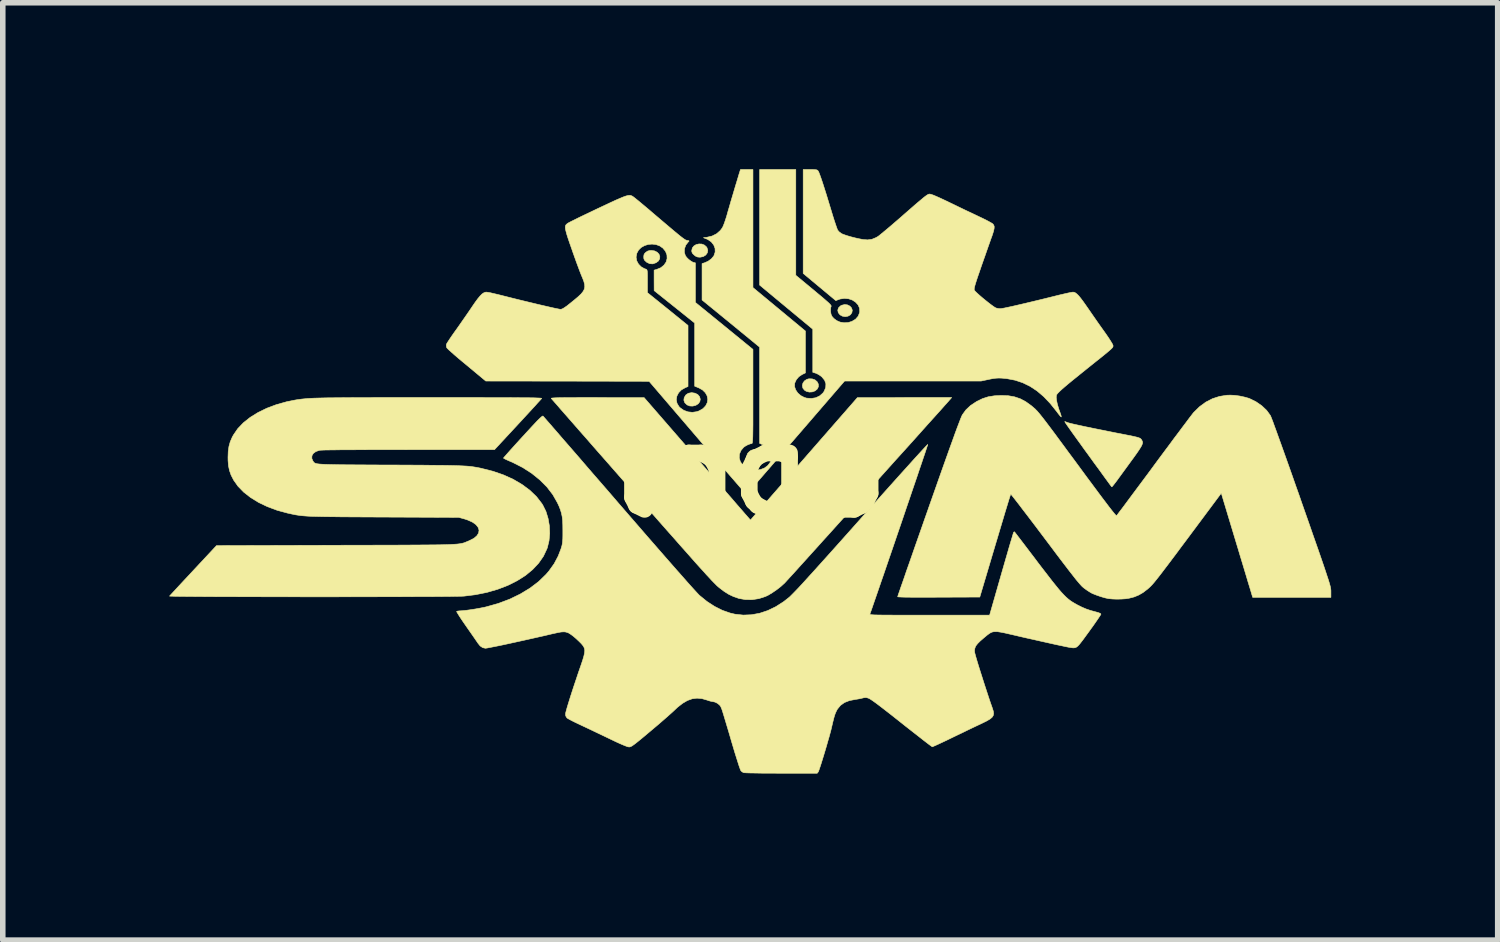
<source format=kicad_pcb>
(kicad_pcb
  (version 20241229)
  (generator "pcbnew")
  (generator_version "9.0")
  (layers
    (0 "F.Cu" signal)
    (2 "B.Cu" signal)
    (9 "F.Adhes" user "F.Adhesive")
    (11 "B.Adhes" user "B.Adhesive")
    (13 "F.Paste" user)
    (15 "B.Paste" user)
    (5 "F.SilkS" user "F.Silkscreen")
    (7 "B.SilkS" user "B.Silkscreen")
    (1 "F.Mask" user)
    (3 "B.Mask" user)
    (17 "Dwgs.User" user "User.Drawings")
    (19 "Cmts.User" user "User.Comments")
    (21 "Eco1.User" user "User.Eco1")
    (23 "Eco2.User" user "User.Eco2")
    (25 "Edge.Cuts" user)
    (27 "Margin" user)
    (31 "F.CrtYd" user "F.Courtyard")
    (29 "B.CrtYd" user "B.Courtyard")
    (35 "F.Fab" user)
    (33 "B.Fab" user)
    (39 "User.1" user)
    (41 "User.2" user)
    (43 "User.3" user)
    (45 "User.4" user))
  (footprint "logo"
    (layer "F.Cu")
    (at 10.45 5.438)
    (property "Reference" "logo" (at 0 0 0) (layer "F.SilkS") (effects (font (size 1.524 1.524) (thickness 0.3))))
    (attr through_hole)
    (fp_poly (pts (xy 1.769 -2.995) (xy 1.812 -2.973) (xy 1.842 -2.94) (xy 1.856 -2.898) (xy 1.848 -2.854) (xy 1.821 -2.816) (xy 1.779 -2.792) (xy 1.728 -2.783) (xy 1.677 -2.792) (xy 1.635 -2.815) (xy 1.603 -2.855) (xy 1.594 -2.899) (xy 1.607 -2.941) (xy 1.641 -2.975) (xy 1.664 -2.988) (xy 1.718 -3.001) (xy 1.769 -2.995)) (stroke (width 0.01) (type solid)) (fill yes) (layer "F.SilkS"))
    (fp_poly (pts (xy 1.132 -1.662) (xy 1.183 -1.644) (xy 1.222 -1.611) (xy 1.244 -1.568) (xy 1.245 -1.52) (xy 1.223 -1.477) (xy 1.184 -1.445) (xy 1.134 -1.427) (xy 1.08 -1.424) (xy 1.027 -1.438) (xy 0.996 -1.457) (xy 0.965 -1.496) (xy 0.956 -1.541) (xy 0.966 -1.585) (xy 0.993 -1.624) (xy 1.036 -1.653) (xy 1.073 -1.663) (xy 1.132 -1.662)) (stroke (width 0.01) (type solid)) (fill yes) (layer "F.SilkS"))
    (fp_poly (pts (xy -0.977 -1.404) (xy -0.928 -1.379) (xy -0.896 -1.341) (xy -0.883 -1.296) (xy -0.891 -1.253) (xy -0.919 -1.214) (xy -0.963 -1.186) (xy -1.016 -1.172) (xy -1.071 -1.173) (xy -1.119 -1.192) (xy -1.12 -1.192) (xy -1.162 -1.232) (xy -1.179 -1.279) (xy -1.172 -1.325) (xy -1.144 -1.371) (xy -1.1 -1.402) (xy -1.044 -1.413) (xy -1.039 -1.414) (xy -0.977 -1.404)) (stroke (width 0.01) (type solid)) (fill yes) (layer "F.SilkS"))
    (fp_poly (pts (xy -0.856 -4.091) (xy -0.809 -4.073) (xy -0.771 -4.039) (xy -0.763 -4.027) (xy -0.748 -3.979) (xy -0.756 -3.933) (xy -0.784 -3.894) (xy -0.828 -3.866) (xy -0.885 -3.854) (xy -0.893 -3.854) (xy -0.933 -3.858) (xy -0.966 -3.872) (xy -0.992 -3.892) (xy -1.022 -3.921) (xy -1.035 -3.949) (xy -1.037 -3.974) (xy -1.026 -4.021) (xy -0.997 -4.057) (xy -0.956 -4.082) (xy -0.907 -4.093) (xy -0.856 -4.091)) (stroke (width 0.01) (type solid)) (fill yes) (layer "F.SilkS"))
    (fp_poly (pts (xy -1.705 -3.967) (xy -1.659 -3.943) (xy -1.627 -3.909) (xy -1.612 -3.868) (xy -1.615 -3.826) (xy -1.637 -3.786) (xy -1.681 -3.754) (xy -1.681 -3.754) (xy -1.739 -3.734) (xy -1.793 -3.737) (xy -1.845 -3.761) (xy -1.856 -3.77) (xy -1.886 -3.798) (xy -1.899 -3.824) (xy -1.902 -3.859) (xy -1.898 -3.897) (xy -1.884 -3.923) (xy -1.863 -3.943) (xy -1.83 -3.965) (xy -1.794 -3.974) (xy -1.764 -3.976) (xy -1.705 -3.967)) (stroke (width 0.01) (type solid)) (fill yes) (layer "F.SilkS"))
    (fp_poly (pts (xy 0.153 -0.384) (xy 0.184 -0.375) (xy 0.215 -0.354) (xy 0.221 -0.349) (xy 0.25 -0.32) (xy 0.264 -0.293) (xy 0.266 -0.265) (xy 0.255 -0.21) (xy 0.223 -0.167) (xy 0.171 -0.139) (xy 0.17 -0.138) (xy 0.135 -0.127) (xy 0.112 -0.124) (xy 0.088 -0.127) (xy 0.062 -0.133) (xy 0.007 -0.156) (xy -0.03 -0.195) (xy -0.04 -0.217) (xy -0.049 -0.269) (xy -0.031 -0.318) (xy 0.002 -0.353) (xy 0.032 -0.374) (xy 0.063 -0.384) (xy 0.108 -0.387) (xy 0.109 -0.387) (xy 0.153 -0.384)) (stroke (width 0.01) (type solid)) (fill yes) (layer "F.SilkS"))
    (fp_poly (pts (xy 5.697 -0.89) (xy 5.72 -0.88) (xy 5.743 -0.872) (xy 5.79 -0.859) (xy 5.858 -0.843) (xy 5.946 -0.824) (xy 6.051 -0.801) (xy 6.172 -0.776) (xy 6.305 -0.749) (xy 6.45 -0.72) (xy 6.603 -0.689) (xy 6.682 -0.674) (xy 6.789 -0.653) (xy 6.872 -0.637) (xy 6.935 -0.623) (xy 6.982 -0.612) (xy 7.015 -0.602) (xy 7.038 -0.593) (xy 7.052 -0.583) (xy 7.063 -0.571) (xy 7.069 -0.562) (xy 7.078 -0.545) (xy 7.084 -0.529) (xy 7.086 -0.51) (xy 7.081 -0.489) (xy 7.07 -0.461) (xy 7.05 -0.426) (xy 7.022 -0.382) (xy 6.984 -0.326) (xy 6.934 -0.256) (xy 6.872 -0.171) (xy 6.827 -0.109) (xy 6.756 -0.012) (xy 6.697 0.069) (xy 6.65 0.133) (xy 6.613 0.184) (xy 6.584 0.222) (xy 6.563 0.249) (xy 6.548 0.267) (xy 6.539 0.278) (xy 6.533 0.283) (xy 6.529 0.283) (xy 6.527 0.281) (xy 6.526 0.28) (xy 6.416 0.13) (xy 6.312 -0.014) (xy 6.212 -0.15) (xy 6.119 -0.279) (xy 6.032 -0.398) (xy 5.954 -0.507) (xy 5.883 -0.605) (xy 5.822 -0.69) (xy 5.771 -0.762) (xy 5.731 -0.819) (xy 5.703 -0.86) (xy 5.687 -0.885) (xy 5.683 -0.891) (xy 5.697 -0.89)) (stroke (width 0.01) (type solid)) (fill yes) (layer "F.SilkS"))
    (fp_poly (pts (xy 3.615 -1.289) (xy 3.596 -1.268) (xy 3.563 -1.23) (xy 3.515 -1.177) (xy 3.456 -1.11) (xy 3.384 -1.03) (xy 3.302 -0.939) (xy 3.21 -0.837) (xy 3.11 -0.725) (xy 3.002 -0.604) (xy 2.887 -0.476) (xy 2.766 -0.342) (xy 2.64 -0.203) (xy 2.511 -0.059) (xy 2.379 0.088) (xy 2.245 0.237) (xy 2.11 0.387) (xy 1.975 0.536) (xy 1.841 0.684) (xy 1.71 0.83) (xy 1.581 0.973) (xy 1.457 1.111) (xy 1.337 1.243) (xy 1.224 1.369) (xy 1.117 1.487) (xy 1.019 1.596) (xy 0.929 1.695) (xy 0.85 1.783) (xy 0.781 1.859) (xy 0.724 1.921) (xy 0.68 1.969) (xy 0.65 2.002) (xy 0.635 2.019) (xy 0.634 2.019) (xy 0.568 2.079) (xy 0.492 2.138) (xy 0.413 2.192) (xy 0.338 2.237) (xy 0.291 2.259) (xy 0.174 2.297) (xy 0.053 2.316) (xy -0.068 2.315) (xy -0.183 2.295) (xy -0.187 2.294) (xy -0.281 2.262) (xy -0.368 2.221) (xy -0.454 2.167) (xy -0.546 2.097) (xy -0.551 2.092) (xy -0.569 2.077) (xy -0.59 2.058) (xy -0.614 2.033) (xy -0.644 2.003) (xy -0.68 1.966) (xy -0.721 1.921) (xy -0.77 1.869) (xy -0.825 1.807) (xy -0.89 1.736) (xy -0.963 1.655) (xy -1.045 1.562) (xy -1.138 1.457) (xy -1.242 1.34) (xy -1.357 1.209) (xy -1.485 1.065) (xy -1.626 0.905) (xy -1.78 0.729) (xy -1.949 0.537) (xy -2.114 0.348) (xy -2.264 0.178) (xy -2.409 0.013) (xy -2.549 -0.147) (xy -2.684 -0.3) (xy -2.812 -0.446) (xy -2.932 -0.584) (xy -3.045 -0.712) (xy -3.149 -0.831) (xy -3.243 -0.938) (xy -3.327 -1.034) (xy -3.4 -1.117) (xy -3.46 -1.187) (xy -3.508 -1.241) (xy -3.543 -1.281) (xy -3.563 -1.304) (xy -3.568 -1.31) (xy -3.567 -1.313) (xy -3.556 -1.316) (xy -3.536 -1.318) (xy -3.503 -1.32) (xy -3.456 -1.322) (xy -3.394 -1.323) (xy -3.314 -1.324) (xy -3.215 -1.324) (xy -3.095 -1.325) (xy -2.953 -1.325) (xy -2.786 -1.325) (xy -2.737 -1.325) (xy -1.895 -1.324) (xy -1.017 -0.313) (xy -0.9 -0.178) (xy -0.786 -0.047) (xy -0.676 0.08) (xy -0.572 0.2) (xy -0.474 0.313) (xy -0.383 0.417) (xy -0.301 0.511) (xy -0.23 0.594) (xy -0.169 0.664) (xy -0.12 0.72) (xy -0.084 0.762) (xy -0.062 0.787) (xy -0.059 0.79) (xy 0.021 0.882) (xy 1.948 -1.324) (xy 2.797 -1.325) (xy 3.646 -1.325) (xy 3.615 -1.289)) (stroke (width 0.01) (type solid)) (fill yes) (layer "F.SilkS"))
    (fp_poly (pts (xy 8.745 -1.365) (xy 8.834 -1.353) (xy 8.922 -1.334) (xy 8.997 -1.313) (xy 9.013 -1.307) (xy 9.129 -1.25) (xy 9.233 -1.178) (xy 9.321 -1.095) (xy 9.388 -1.003) (xy 9.39 -0.999) (xy 9.398 -0.981) (xy 9.413 -0.943) (xy 9.435 -0.886) (xy 9.462 -0.811) (xy 9.495 -0.721) (xy 9.533 -0.615) (xy 9.576 -0.496) (xy 9.623 -0.365) (xy 9.674 -0.222) (xy 9.728 -0.07) (xy 9.785 0.091) (xy 9.844 0.26) (xy 9.906 0.434) (xy 9.953 0.57) (xy 10.026 0.778) (xy 10.092 0.966) (xy 10.151 1.136) (xy 10.204 1.287) (xy 10.251 1.421) (xy 10.292 1.54) (xy 10.328 1.644) (xy 10.359 1.735) (xy 10.385 1.813) (xy 10.407 1.88) (xy 10.426 1.937) (xy 10.441 1.984) (xy 10.453 2.024) (xy 10.462 2.056) (xy 10.469 2.083) (xy 10.473 2.105) (xy 10.476 2.123) (xy 10.478 2.139) (xy 10.479 2.153) (xy 10.479 2.167) (xy 10.479 2.174) (xy 10.479 2.275) (xy 9.07 2.275) (xy 9.061 2.245) (xy 9.056 2.229) (xy 9.046 2.195) (xy 9.03 2.141) (xy 9.009 2.072) (xy 8.983 1.987) (xy 8.954 1.889) (xy 8.921 1.78) (xy 8.885 1.66) (xy 8.846 1.532) (xy 8.806 1.398) (xy 8.778 1.306) (xy 8.504 0.397) (xy 7.893 1.217) (xy 7.785 1.361) (xy 7.691 1.488) (xy 7.608 1.598) (xy 7.536 1.694) (xy 7.474 1.775) (xy 7.421 1.845) (xy 7.376 1.903) (xy 7.337 1.952) (xy 7.305 1.992) (xy 7.277 2.025) (xy 7.253 2.052) (xy 7.231 2.075) (xy 7.211 2.094) (xy 7.192 2.111) (xy 7.175 2.126) (xy 7.094 2.188) (xy 7.016 2.233) (xy 6.934 2.267) (xy 6.84 2.291) (xy 6.781 2.3) (xy 6.706 2.305) (xy 6.624 2.307) (xy 6.544 2.304) (xy 6.478 2.298) (xy 6.47 2.297) (xy 6.407 2.283) (xy 6.332 2.261) (xy 6.257 2.235) (xy 6.191 2.209) (xy 6.175 2.202) (xy 6.135 2.179) (xy 6.085 2.147) (xy 6.037 2.112) (xy 6.03 2.107) (xy 6.014 2.094) (xy 5.996 2.078) (xy 5.976 2.057) (xy 5.953 2.031) (xy 5.925 1.998) (xy 5.891 1.958) (xy 5.852 1.908) (xy 5.805 1.848) (xy 5.749 1.776) (xy 5.684 1.691) (xy 5.609 1.593) (xy 5.523 1.479) (xy 5.425 1.348) (xy 5.332 1.225) (xy 5.241 1.104) (xy 5.153 0.987) (xy 5.07 0.878) (xy 4.993 0.777) (xy 4.923 0.686) (xy 4.862 0.605) (xy 4.809 0.537) (xy 4.767 0.483) (xy 4.735 0.443) (xy 4.716 0.42) (xy 4.71 0.414) (xy 4.706 0.425) (xy 4.696 0.457) (xy 4.68 0.506) (xy 4.66 0.572) (xy 4.635 0.654) (xy 4.606 0.749) (xy 4.574 0.857) (xy 4.539 0.974) (xy 4.501 1.101) (xy 4.461 1.235) (xy 4.428 1.345) (xy 4.153 2.269) (xy 3.413 2.272) (xy 3.241 2.273) (xy 3.095 2.273) (xy 2.972 2.273) (xy 2.873 2.272) (xy 2.795 2.271) (xy 2.737 2.269) (xy 2.698 2.267) (xy 2.678 2.265) (xy 2.673 2.263) (xy 2.677 2.251) (xy 2.687 2.219) (xy 2.705 2.168) (xy 2.728 2.1) (xy 2.758 2.015) (xy 2.793 1.915) (xy 2.832 1.8) (xy 2.877 1.673) (xy 2.926 1.533) (xy 2.978 1.383) (xy 3.034 1.224) (xy 3.093 1.056) (xy 3.154 0.881) (xy 3.218 0.7) (xy 3.232 0.659) (xy 3.322 0.404) (xy 3.404 0.171) (xy 3.479 -0.041) (xy 3.547 -0.232) (xy 3.608 -0.403) (xy 3.662 -0.552) (xy 3.708 -0.68) (xy 3.748 -0.788) (xy 3.781 -0.874) (xy 3.806 -0.94) (xy 3.825 -0.986) (xy 3.837 -1.011) (xy 3.837 -1.012) (xy 3.903 -1.103) (xy 3.988 -1.183) (xy 4.096 -1.254) (xy 4.1 -1.256) (xy 4.202 -1.306) (xy 4.305 -1.339) (xy 4.416 -1.357) (xy 4.541 -1.363) (xy 4.668 -1.358) (xy 4.78 -1.338) (xy 4.883 -1.303) (xy 4.982 -1.25) (xy 5.082 -1.178) (xy 5.096 -1.166) (xy 5.115 -1.15) (xy 5.132 -1.135) (xy 5.15 -1.12) (xy 5.167 -1.102) (xy 5.187 -1.082) (xy 5.208 -1.057) (xy 5.233 -1.028) (xy 5.262 -0.992) (xy 5.296 -0.949) (xy 5.336 -0.897) (xy 5.383 -0.835) (xy 5.438 -0.762) (xy 5.501 -0.678) (xy 5.573 -0.58) (xy 5.656 -0.468) (xy 5.75 -0.34) (xy 5.857 -0.196) (xy 5.971 -0.041) (xy 6.085 0.114) (xy 6.187 0.251) (xy 6.276 0.371) (xy 6.353 0.474) (xy 6.419 0.561) (xy 6.474 0.634) (xy 6.519 0.692) (xy 6.555 0.737) (xy 6.582 0.77) (xy 6.601 0.791) (xy 6.613 0.802) (xy 6.618 0.803) (xy 6.627 0.792) (xy 6.648 0.763) (xy 6.682 0.718) (xy 6.727 0.659) (xy 6.782 0.585) (xy 6.845 0.5) (xy 6.917 0.403) (xy 6.996 0.297) (xy 7.081 0.183) (xy 7.171 0.062) (xy 7.265 -0.065) (xy 7.294 -0.105) (xy 7.39 -0.235) (xy 7.483 -0.36) (xy 7.572 -0.479) (xy 7.655 -0.592) (xy 7.733 -0.695) (xy 7.803 -0.789) (xy 7.865 -0.871) (xy 7.917 -0.941) (xy 7.959 -0.996) (xy 7.989 -1.035) (xy 8.007 -1.058) (xy 8.01 -1.06) (xy 8.113 -1.161) (xy 8.225 -1.243) (xy 8.345 -1.305) (xy 8.472 -1.346) (xy 8.604 -1.367) (xy 8.666 -1.369) (xy 8.745 -1.365)) (stroke (width 0.01) (type solid)) (fill yes) (layer "F.SilkS"))
    (fp_poly (pts (xy -5.48 -1.325) (xy -5.23 -1.325) (xy -5.005 -1.325) (xy -4.802 -1.325) (xy -4.622 -1.324) (xy -4.462 -1.324) (xy -4.322 -1.324) (xy -4.2 -1.323) (xy -4.096 -1.322) (xy -4.007 -1.322) (xy -3.934 -1.321) (xy -3.874 -1.32) (xy -3.827 -1.318) (xy -3.792 -1.317) (xy -3.767 -1.315) (xy -3.751 -1.314) (xy -3.743 -1.312) (xy -3.741 -1.31) (xy -3.75 -1.298) (xy -3.774 -1.271) (xy -3.812 -1.23) (xy -3.86 -1.176) (xy -3.919 -1.112) (xy -3.987 -1.038) (xy -4.061 -0.958) (xy -4.141 -0.871) (xy -4.169 -0.841) (xy -4.59 -0.387) (xy -6.139 -0.387) (xy -6.403 -0.386) (xy -6.641 -0.386) (xy -6.854 -0.386) (xy -7.043 -0.385) (xy -7.207 -0.384) (xy -7.349 -0.384) (xy -7.468 -0.382) (xy -7.565 -0.381) (xy -7.641 -0.38) (xy -7.696 -0.378) (xy -7.732 -0.376) (xy -7.747 -0.374) (xy -7.81 -0.352) (xy -7.856 -0.318) (xy -7.88 -0.276) (xy -7.882 -0.229) (xy -7.865 -0.188) (xy -7.858 -0.177) (xy -7.851 -0.166) (xy -7.844 -0.157) (xy -7.834 -0.149) (xy -7.821 -0.142) (xy -7.802 -0.136) (xy -7.776 -0.131) (xy -7.741 -0.127) (xy -7.696 -0.124) (xy -7.639 -0.121) (xy -7.569 -0.119) (xy -7.485 -0.117) (xy -7.383 -0.115) (xy -7.264 -0.114) (xy -7.125 -0.113) (xy -6.965 -0.112) (xy -6.782 -0.111) (xy -6.575 -0.11) (xy -6.463 -0.11) (xy -6.241 -0.109) (xy -6.044 -0.108) (xy -5.869 -0.107) (xy -5.716 -0.105) (xy -5.583 -0.104) (xy -5.467 -0.103) (xy -5.367 -0.101) (xy -5.281 -0.099) (xy -5.207 -0.096) (xy -5.144 -0.093) (xy -5.089 -0.09) (xy -5.042 -0.086) (xy -4.999 -0.081) (xy -4.96 -0.075) (xy -4.923 -0.069) (xy -4.885 -0.062) (xy -4.845 -0.054) (xy -4.824 -0.049) (xy -4.618 0.003) (xy -4.427 0.069) (xy -4.251 0.149) (xy -4.093 0.242) (xy -3.953 0.346) (xy -3.834 0.46) (xy -3.738 0.584) (xy -3.72 0.613) (xy -3.664 0.726) (xy -3.625 0.853) (xy -3.602 0.986) (xy -3.596 1.122) (xy -3.608 1.254) (xy -3.638 1.378) (xy -3.646 1.4) (xy -3.709 1.534) (xy -3.796 1.659) (xy -3.905 1.775) (xy -4.034 1.881) (xy -4.183 1.975) (xy -4.348 2.058) (xy -4.53 2.128) (xy -4.726 2.185) (xy -4.935 2.227) (xy -5.136 2.252) (xy -5.165 2.254) (xy -5.218 2.255) (xy -5.294 2.256) (xy -5.391 2.258) (xy -5.507 2.259) (xy -5.641 2.26) (xy -5.791 2.261) (xy -5.956 2.261) (xy -6.135 2.262) (xy -6.325 2.263) (xy -6.525 2.263) (xy -6.735 2.264) (xy -6.951 2.264) (xy -7.173 2.264) (xy -7.399 2.265) (xy -7.628 2.265) (xy -7.858 2.265) (xy -8.087 2.265) (xy -8.315 2.264) (xy -8.539 2.264) (xy -8.757 2.264) (xy -8.97 2.263) (xy -9.174 2.263) (xy -9.368 2.262) (xy -9.551 2.262) (xy -9.722 2.261) (xy -9.878 2.26) (xy -10.019 2.259) (xy -10.142 2.258) (xy -10.246 2.257) (xy -10.33 2.256) (xy -10.392 2.254) (xy -10.431 2.253) (xy -10.445 2.252) (xy -10.445 2.251) (xy -10.435 2.24) (xy -10.411 2.214) (xy -10.373 2.173) (xy -10.324 2.12) (xy -10.265 2.056) (xy -10.197 1.983) (xy -10.122 1.903) (xy -10.042 1.817) (xy -10.017 1.79) (xy -9.599 1.342) (xy -7.449 1.336) (xy -7.165 1.335) (xy -6.906 1.335) (xy -6.671 1.334) (xy -6.46 1.334) (xy -6.269 1.333) (xy -6.099 1.332) (xy -5.948 1.331) (xy -5.814 1.33) (xy -5.697 1.329) (xy -5.595 1.328) (xy -5.507 1.326) (xy -5.432 1.324) (xy -5.368 1.321) (xy -5.314 1.318) (xy -5.268 1.315) (xy -5.231 1.311) (xy -5.199 1.306) (xy -5.173 1.301) (xy -5.15 1.295) (xy -5.13 1.289) (xy -5.111 1.281) (xy -5.092 1.273) (xy -5.071 1.264) (xy -5.048 1.255) (xy -5.043 1.252) (xy -4.963 1.212) (xy -4.908 1.165) (xy -4.877 1.116) (xy -4.869 1.064) (xy -4.886 1.013) (xy -4.925 0.964) (xy -4.987 0.92) (xy -5.071 0.882) (xy -5.125 0.864) (xy -5.233 0.834) (xy -6.589 0.828) (xy -6.816 0.827) (xy -7.018 0.826) (xy -7.196 0.825) (xy -7.353 0.824) (xy -7.491 0.822) (xy -7.611 0.821) (xy -7.715 0.819) (xy -7.804 0.817) (xy -7.881 0.815) (xy -7.947 0.812) (xy -8.004 0.808) (xy -8.054 0.804) (xy -8.098 0.799) (xy -8.138 0.793) (xy -8.177 0.787) (xy -8.215 0.779) (xy -8.254 0.771) (xy -8.297 0.761) (xy -8.318 0.757) (xy -8.506 0.706) (xy -8.681 0.641) (xy -8.842 0.564) (xy -8.985 0.476) (xy -9.109 0.379) (xy -9.212 0.273) (xy -9.292 0.16) (xy -9.295 0.153) (xy -9.337 0.071) (xy -9.365 -0.009) (xy -9.383 -0.094) (xy -9.391 -0.189) (xy -9.392 -0.248) (xy -9.388 -0.354) (xy -9.375 -0.445) (xy -9.352 -0.528) (xy -9.317 -0.609) (xy -9.295 -0.65) (xy -9.217 -0.764) (xy -9.116 -0.87) (xy -8.993 -0.968) (xy -8.851 -1.056) (xy -8.693 -1.133) (xy -8.52 -1.198) (xy -8.334 -1.25) (xy -8.185 -1.28) (xy -8.149 -1.286) (xy -8.114 -1.291) (xy -8.078 -1.296) (xy -8.041 -1.3) (xy -8 -1.304) (xy -7.956 -1.308) (xy -7.905 -1.311) (xy -7.847 -1.314) (xy -7.78 -1.316) (xy -7.703 -1.318) (xy -7.615 -1.32) (xy -7.515 -1.321) (xy -7.4 -1.322) (xy -7.27 -1.323) (xy -7.123 -1.324) (xy -6.958 -1.324) (xy -6.774 -1.325) (xy -6.568 -1.325) (xy -6.341 -1.325) (xy -6.09 -1.325) (xy -5.814 -1.325) (xy -5.755 -1.325) (xy -5.48 -1.325)) (stroke (width 0.01) (type solid)) (fill yes) (layer "F.SilkS"))
    (fp_poly (pts (xy -3.717 -0.992) (xy -3.707 -0.981) (xy -3.683 -0.954) (xy -3.645 -0.91) (xy -3.594 -0.852) (xy -3.531 -0.779) (xy -3.456 -0.693) (xy -3.371 -0.594) (xy -3.275 -0.484) (xy -3.17 -0.363) (xy -3.057 -0.233) (xy -2.937 -0.093) (xy -2.81 0.054) (xy -2.677 0.207) (xy -2.538 0.367) (xy -2.396 0.532) (xy -2.348 0.588) (xy -2.166 0.798) (xy -1.994 0.996) (xy -1.834 1.181) (xy -1.684 1.353) (xy -1.546 1.511) (xy -1.42 1.655) (xy -1.306 1.785) (xy -1.205 1.899) (xy -1.117 1.999) (xy -1.043 2.082) (xy -0.982 2.149) (xy -0.936 2.199) (xy -0.905 2.232) (xy -0.893 2.243) (xy -0.761 2.35) (xy -0.625 2.438) (xy -0.486 2.508) (xy -0.346 2.557) (xy -0.257 2.578) (xy -0.109 2.594) (xy 0.039 2.588) (xy 0.187 2.561) (xy 0.334 2.512) (xy 0.477 2.443) (xy 0.618 2.353) (xy 0.711 2.28) (xy 0.732 2.262) (xy 0.758 2.236) (xy 0.791 2.203) (xy 0.831 2.162) (xy 0.879 2.112) (xy 0.935 2.052) (xy 1 1.981) (xy 1.075 1.898) (xy 1.161 1.804) (xy 1.258 1.696) (xy 1.367 1.575) (xy 1.489 1.439) (xy 1.624 1.288) (xy 1.772 1.122) (xy 1.936 0.938) (xy 2.021 0.842) (xy 2.157 0.69) (xy 2.289 0.542) (xy 2.415 0.401) (xy 2.535 0.267) (xy 2.648 0.141) (xy 2.754 0.023) (xy 2.851 -0.084) (xy 2.938 -0.181) (xy 3.015 -0.266) (xy 3.081 -0.338) (xy 3.135 -0.397) (xy 3.176 -0.441) (xy 3.203 -0.469) (xy 3.215 -0.481) (xy 3.215 -0.481) (xy 3.212 -0.469) (xy 3.202 -0.438) (xy 3.186 -0.389) (xy 3.164 -0.322) (xy 3.136 -0.24) (xy 3.104 -0.144) (xy 3.067 -0.036) (xy 3.027 0.084) (xy 2.983 0.213) (xy 2.936 0.35) (xy 2.887 0.495) (xy 2.836 0.644) (xy 2.784 0.798) (xy 2.731 0.954) (xy 2.677 1.111) (xy 2.624 1.267) (xy 2.571 1.422) (xy 2.519 1.573) (xy 2.469 1.719) (xy 2.421 1.86) (xy 2.375 1.992) (xy 2.333 2.115) (xy 2.294 2.228) (xy 2.259 2.329) (xy 2.229 2.416) (xy 2.204 2.489) (xy 2.184 2.545) (xy 2.173 2.576) (xy 2.173 2.579) (xy 2.176 2.582) (xy 2.184 2.585) (xy 2.199 2.587) (xy 2.223 2.589) (xy 2.257 2.591) (xy 2.303 2.592) (xy 2.362 2.593) (xy 2.436 2.594) (xy 2.528 2.594) (xy 2.638 2.595) (xy 2.768 2.595) (xy 2.92 2.595) (xy 3.096 2.595) (xy 3.248 2.595) (xy 4.33 2.595) (xy 4.542 1.855) (xy 4.578 1.73) (xy 4.612 1.612) (xy 4.644 1.502) (xy 4.673 1.401) (xy 4.699 1.312) (xy 4.722 1.236) (xy 4.74 1.176) (xy 4.753 1.132) (xy 4.761 1.107) (xy 4.763 1.101) (xy 4.775 1.093) (xy 4.778 1.094) (xy 4.786 1.104) (xy 4.807 1.131) (xy 4.839 1.173) (xy 4.882 1.229) (xy 4.934 1.297) (xy 4.994 1.376) (xy 5.06 1.463) (xy 5.132 1.557) (xy 5.194 1.64) (xy 5.292 1.768) (xy 5.378 1.879) (xy 5.452 1.975) (xy 5.517 2.056) (xy 5.573 2.125) (xy 5.623 2.183) (xy 5.668 2.231) (xy 5.708 2.271) (xy 5.747 2.305) (xy 5.784 2.334) (xy 5.822 2.359) (xy 5.862 2.383) (xy 5.905 2.407) (xy 5.906 2.408) (xy 5.992 2.451) (xy 6.069 2.484) (xy 6.148 2.511) (xy 6.237 2.535) (xy 6.291 2.55) (xy 6.322 2.563) (xy 6.334 2.574) (xy 6.335 2.578) (xy 6.328 2.592) (xy 6.308 2.622) (xy 6.279 2.666) (xy 6.241 2.721) (xy 6.196 2.786) (xy 6.145 2.856) (xy 6.129 2.879) (xy 6.069 2.961) (xy 6.021 3.027) (xy 5.983 3.077) (xy 5.953 3.115) (xy 5.93 3.141) (xy 5.911 3.159) (xy 5.895 3.171) (xy 5.881 3.177) (xy 5.866 3.182) (xy 5.849 3.184) (xy 5.828 3.184) (xy 5.799 3.18) (xy 5.758 3.174) (xy 5.702 3.163) (xy 5.628 3.147) (xy 5.533 3.127) (xy 5.501 3.12) (xy 5.389 3.095) (xy 5.26 3.066) (xy 5.123 3.035) (xy 4.988 3.005) (xy 4.862 2.976) (xy 4.808 2.963) (xy 4.694 2.937) (xy 4.603 2.916) (xy 4.53 2.902) (xy 4.473 2.893) (xy 4.427 2.892) (xy 4.389 2.896) (xy 4.355 2.908) (xy 4.323 2.927) (xy 4.287 2.954) (xy 4.246 2.988) (xy 4.228 3.003) (xy 4.162 3.06) (xy 4.114 3.108) (xy 4.082 3.149) (xy 4.065 3.188) (xy 4.058 3.229) (xy 4.06 3.263) (xy 4.065 3.285) (xy 4.076 3.326) (xy 4.092 3.382) (xy 4.113 3.453) (xy 4.138 3.534) (xy 4.166 3.623) (xy 4.196 3.717) (xy 4.227 3.815) (xy 4.259 3.913) (xy 4.29 4.008) (xy 4.32 4.099) (xy 4.348 4.182) (xy 4.374 4.255) (xy 4.381 4.276) (xy 4.397 4.327) (xy 4.402 4.368) (xy 4.395 4.404) (xy 4.374 4.436) (xy 4.335 4.468) (xy 4.277 4.502) (xy 4.198 4.541) (xy 4.167 4.556) (xy 4.105 4.585) (xy 4.025 4.623) (xy 3.933 4.667) (xy 3.835 4.715) (xy 3.734 4.763) (xy 3.645 4.806) (xy 3.559 4.848) (xy 3.48 4.885) (xy 3.412 4.917) (xy 3.357 4.942) (xy 3.318 4.959) (xy 3.298 4.967) (xy 3.297 4.967) (xy 3.283 4.958) (xy 3.25 4.934) (xy 3.2 4.896) (xy 3.131 4.843) (xy 3.045 4.775) (xy 2.941 4.694) (xy 2.821 4.6) (xy 2.685 4.492) (xy 2.556 4.39) (xy 2.457 4.313) (xy 2.369 4.245) (xy 2.294 4.188) (xy 2.233 4.144) (xy 2.187 4.113) (xy 2.157 4.095) (xy 2.153 4.094) (xy 2.118 4.082) (xy 2.089 4.08) (xy 2.055 4.085) (xy 2.037 4.09) (xy 1.984 4.102) (xy 1.929 4.111) (xy 1.915 4.113) (xy 1.806 4.134) (xy 1.716 4.169) (xy 1.644 4.22) (xy 1.589 4.287) (xy 1.581 4.3) (xy 1.565 4.332) (xy 1.55 4.365) (xy 1.536 4.405) (xy 1.522 4.455) (xy 1.506 4.518) (xy 1.487 4.599) (xy 1.483 4.616) (xy 1.472 4.663) (xy 1.456 4.723) (xy 1.437 4.793) (xy 1.414 4.871) (xy 1.391 4.953) (xy 1.366 5.037) (xy 1.341 5.12) (xy 1.317 5.198) (xy 1.295 5.269) (xy 1.275 5.33) (xy 1.259 5.377) (xy 1.248 5.408) (xy 1.242 5.42) (xy 1.223 5.444) (xy 0.575 5.444) (xy 0.445 5.443) (xy 0.323 5.443) (xy 0.211 5.442) (xy 0.112 5.44) (xy 0.028 5.439) (xy -0.037 5.437) (xy -0.081 5.435) (xy -0.102 5.433) (xy -0.102 5.433) (xy -0.132 5.417) (xy -0.152 5.397) (xy -0.159 5.382) (xy -0.172 5.347) (xy -0.19 5.295) (xy -0.211 5.228) (xy -0.236 5.149) (xy -0.264 5.06) (xy -0.293 4.962) (xy -0.319 4.875) (xy -0.357 4.744) (xy -0.39 4.633) (xy -0.418 4.54) (xy -0.441 4.463) (xy -0.46 4.4) (xy -0.475 4.351) (xy -0.487 4.313) (xy -0.497 4.284) (xy -0.506 4.262) (xy -0.513 4.247) (xy -0.519 4.236) (xy -0.525 4.227) (xy -0.531 4.22) (xy -0.534 4.217) (xy -0.571 4.185) (xy -0.617 4.162) (xy -0.661 4.152) (xy -0.663 4.152) (xy -0.688 4.148) (xy -0.728 4.137) (xy -0.76 4.126) (xy -0.853 4.099) (xy -0.942 4.091) (xy -1.028 4.102) (xy -1.115 4.133) (xy -1.202 4.184) (xy -1.293 4.255) (xy -1.35 4.309) (xy -1.382 4.339) (xy -1.429 4.381) (xy -1.49 4.435) (xy -1.56 4.496) (xy -1.637 4.563) (xy -1.719 4.632) (xy -1.782 4.685) (xy -1.871 4.76) (xy -1.944 4.821) (xy -2.002 4.868) (xy -2.048 4.905) (xy -2.083 4.931) (xy -2.11 4.95) (xy -2.13 4.961) (xy -2.146 4.967) (xy -2.16 4.97) (xy -2.166 4.97) (xy -2.187 4.967) (xy -2.219 4.956) (xy -2.264 4.938) (xy -2.325 4.912) (xy -2.404 4.876) (xy -2.502 4.829) (xy -2.552 4.805) (xy -2.65 4.758) (xy -2.751 4.71) (xy -2.849 4.663) (xy -2.94 4.62) (xy -3.019 4.583) (xy -3.076 4.556) (xy -3.141 4.525) (xy -3.199 4.496) (xy -3.246 4.471) (xy -3.277 4.453) (xy -3.285 4.447) (xy -3.307 4.412) (xy -3.311 4.378) (xy -3.308 4.355) (xy -3.297 4.312) (xy -3.28 4.252) (xy -3.257 4.176) (xy -3.229 4.086) (xy -3.196 3.983) (xy -3.159 3.87) (xy -3.118 3.748) (xy -3.075 3.619) (xy -3.03 3.49) (xy -3.001 3.403) (xy -2.981 3.335) (xy -2.969 3.281) (xy -2.964 3.238) (xy -2.968 3.203) (xy -2.979 3.173) (xy -2.994 3.148) (xy -3.025 3.11) (xy -3.069 3.066) (xy -3.118 3.02) (xy -3.168 2.977) (xy -3.215 2.942) (xy -3.252 2.919) (xy -3.259 2.915) (xy -3.289 2.904) (xy -3.318 2.897) (xy -3.352 2.896) (xy -3.393 2.899) (xy -3.448 2.909) (xy -3.52 2.925) (xy -3.579 2.938) (xy -3.692 2.965) (xy -3.812 2.992) (xy -3.936 3.02) (xy -4.061 3.048) (xy -4.184 3.075) (xy -4.302 3.101) (xy -4.412 3.125) (xy -4.512 3.146) (xy -4.598 3.163) (xy -4.669 3.177) (xy -4.72 3.187) (xy -4.749 3.191) (xy -4.753 3.192) (xy -4.803 3.181) (xy -4.849 3.15) (xy -4.887 3.103) (xy -4.9 3.084) (xy -4.924 3.049) (xy -4.957 3.001) (xy -4.998 2.942) (xy -5.044 2.876) (xy -5.094 2.805) (xy -5.095 2.803) (xy -5.143 2.734) (xy -5.186 2.671) (xy -5.222 2.616) (xy -5.249 2.572) (xy -5.267 2.543) (xy -5.273 2.529) (xy -5.272 2.528) (xy -5.255 2.522) (xy -5.222 2.518) (xy -5.214 2.518) (xy -5.166 2.515) (xy -5.099 2.508) (xy -5.02 2.497) (xy -4.935 2.484) (xy -4.852 2.469) (xy -4.776 2.454) (xy -4.741 2.446) (xy -4.521 2.384) (xy -4.314 2.306) (xy -4.123 2.213) (xy -3.95 2.108) (xy -3.796 1.991) (xy -3.663 1.862) (xy -3.609 1.799) (xy -3.516 1.669) (xy -3.444 1.533) (xy -3.394 1.404) (xy -3.382 1.366) (xy -3.373 1.332) (xy -3.367 1.299) (xy -3.363 1.261) (xy -3.36 1.214) (xy -3.359 1.155) (xy -3.359 1.078) (xy -3.359 1.071) (xy -3.36 0.973) (xy -3.363 0.891) (xy -3.371 0.822) (xy -3.384 0.759) (xy -3.402 0.699) (xy -3.427 0.634) (xy -3.458 0.568) (xy -3.54 0.424) (xy -3.646 0.286) (xy -3.774 0.158) (xy -3.921 0.039) (xy -4.085 -0.066) (xy -4.264 -0.157) (xy -4.325 -0.183) (xy -4.372 -0.204) (xy -4.407 -0.221) (xy -4.427 -0.233) (xy -4.428 -0.235) (xy -4.421 -0.246) (xy -4.398 -0.272) (xy -4.363 -0.312) (xy -4.317 -0.364) (xy -4.261 -0.426) (xy -4.197 -0.497) (xy -4.127 -0.574) (xy -4.08 -0.625) (xy -3.993 -0.72) (xy -3.92 -0.799) (xy -3.861 -0.862) (xy -3.814 -0.912) (xy -3.777 -0.948) (xy -3.75 -0.973) (xy -3.732 -0.987) (xy -3.721 -0.993) (xy -3.717 -0.992)) (stroke (width 0.01) (type solid)) (fill yes) (layer "F.SilkS"))
    (fp_poly (pts (xy 0.066 -3.307) (xy 0.539 -2.915) (xy 1.011 -2.524) (xy 1.011 -1.769) (xy 0.951 -1.74) (xy 0.893 -1.701) (xy 0.847 -1.647) (xy 0.819 -1.586) (xy 0.818 -1.581) (xy 0.816 -1.522) (xy 0.836 -1.463) (xy 0.874 -1.407) (xy 0.928 -1.36) (xy 0.992 -1.327) (xy 1.032 -1.315) (xy 1.118 -1.309) (xy 1.198 -1.322) (xy 1.268 -1.355) (xy 1.325 -1.405) (xy 1.348 -1.437) (xy 1.377 -1.507) (xy 1.38 -1.574) (xy 1.357 -1.638) (xy 1.309 -1.696) (xy 1.298 -1.706) (xy 1.258 -1.734) (xy 1.216 -1.757) (xy 1.192 -1.766) (xy 1.144 -1.78) (xy 1.144 -2.557) (xy 0.665 -2.954) (xy 0.186 -3.352) (xy 0.186 -5.433) (xy 0.838 -5.433) (xy 0.838 -3.528) (xy 1.163 -3.259) (xy 1.25 -3.186) (xy 1.321 -3.127) (xy 1.375 -3.08) (xy 1.416 -3.044) (xy 1.445 -3.017) (xy 1.463 -2.997) (xy 1.473 -2.983) (xy 1.476 -2.973) (xy 1.474 -2.967) (xy 1.467 -2.945) (xy 1.464 -2.909) (xy 1.465 -2.875) (xy 1.473 -2.825) (xy 1.492 -2.785) (xy 1.525 -2.749) (xy 1.574 -2.712) (xy 1.635 -2.685) (xy 1.707 -2.673) (xy 1.782 -2.677) (xy 1.848 -2.697) (xy 1.915 -2.737) (xy 1.962 -2.791) (xy 1.988 -2.857) (xy 1.99 -2.872) (xy 1.986 -2.937) (xy 1.96 -2.995) (xy 1.915 -3.044) (xy 1.857 -3.082) (xy 1.789 -3.105) (xy 1.714 -3.112) (xy 1.638 -3.101) (xy 1.614 -3.093) (xy 1.559 -3.072) (xy 0.971 -3.562) (xy 0.971 -5.433) (xy 1.096 -5.433) (xy 1.154 -5.433) (xy 1.193 -5.431) (xy 1.216 -5.427) (xy 1.231 -5.419) (xy 1.241 -5.407) (xy 1.252 -5.387) (xy 1.268 -5.346) (xy 1.29 -5.285) (xy 1.318 -5.203) (xy 1.351 -5.1) (xy 1.39 -4.977) (xy 1.434 -4.832) (xy 1.483 -4.671) (xy 1.507 -4.592) (xy 1.53 -4.519) (xy 1.552 -4.453) (xy 1.57 -4.4) (xy 1.584 -4.362) (xy 1.592 -4.342) (xy 1.618 -4.312) (xy 1.654 -4.284) (xy 1.661 -4.279) (xy 1.7 -4.263) (xy 1.758 -4.243) (xy 1.829 -4.222) (xy 1.907 -4.202) (xy 1.984 -4.185) (xy 2.045 -4.173) (xy 2.132 -4.166) (xy 2.21 -4.177) (xy 2.285 -4.208) (xy 2.316 -4.226) (xy 2.338 -4.242) (xy 2.376 -4.273) (xy 2.428 -4.316) (xy 2.492 -4.369) (xy 2.565 -4.431) (xy 2.645 -4.5) (xy 2.731 -4.574) (xy 2.793 -4.629) (xy 2.892 -4.715) (xy 2.974 -4.787) (xy 3.042 -4.845) (xy 3.097 -4.891) (xy 3.14 -4.927) (xy 3.173 -4.953) (xy 3.199 -4.971) (xy 3.218 -4.983) (xy 3.233 -4.989) (xy 3.245 -4.991) (xy 3.25 -4.992) (xy 3.273 -4.987) (xy 3.312 -4.974) (xy 3.367 -4.951) (xy 3.441 -4.918) (xy 3.535 -4.874) (xy 3.591 -4.847) (xy 3.689 -4.8) (xy 3.796 -4.748) (xy 3.904 -4.696) (xy 4.007 -4.648) (xy 4.097 -4.605) (xy 4.126 -4.591) (xy 4.2 -4.556) (xy 4.267 -4.523) (xy 4.323 -4.493) (xy 4.364 -4.47) (xy 4.387 -4.455) (xy 4.389 -4.453) (xy 4.405 -4.431) (xy 4.413 -4.405) (xy 4.411 -4.37) (xy 4.401 -4.324) (xy 4.382 -4.263) (xy 4.37 -4.228) (xy 4.355 -4.188) (xy 4.335 -4.131) (xy 4.309 -4.058) (xy 4.28 -3.975) (xy 4.248 -3.883) (xy 4.214 -3.787) (xy 4.182 -3.696) (xy 4.146 -3.59) (xy 4.116 -3.504) (xy 4.093 -3.435) (xy 4.076 -3.381) (xy 4.064 -3.34) (xy 4.056 -3.309) (xy 4.053 -3.287) (xy 4.052 -3.272) (xy 4.055 -3.261) (xy 4.056 -3.258) (xy 4.072 -3.238) (xy 4.103 -3.208) (xy 4.146 -3.169) (xy 4.197 -3.125) (xy 4.252 -3.08) (xy 4.308 -3.035) (xy 4.359 -2.996) (xy 4.403 -2.964) (xy 4.435 -2.944) (xy 4.448 -2.938) (xy 4.489 -2.929) (xy 4.524 -2.927) (xy 4.55 -2.93) (xy 4.6 -2.939) (xy 4.671 -2.954) (xy 4.762 -2.974) (xy 4.87 -2.999) (xy 4.994 -3.028) (xy 5.132 -3.061) (xy 5.281 -3.097) (xy 5.439 -3.136) (xy 5.487 -3.148) (xy 5.575 -3.17) (xy 5.656 -3.189) (xy 5.726 -3.205) (xy 5.782 -3.217) (xy 5.818 -3.223) (xy 5.83 -3.225) (xy 5.853 -3.222) (xy 5.877 -3.211) (xy 5.904 -3.19) (xy 5.935 -3.159) (xy 5.972 -3.114) (xy 6.017 -3.054) (xy 6.072 -2.976) (xy 6.095 -2.943) (xy 6.151 -2.862) (xy 6.214 -2.771) (xy 6.28 -2.676) (xy 6.343 -2.587) (xy 6.396 -2.513) (xy 6.44 -2.45) (xy 6.48 -2.391) (xy 6.513 -2.339) (xy 6.538 -2.298) (xy 6.551 -2.271) (xy 6.553 -2.266) (xy 6.554 -2.255) (xy 6.553 -2.244) (xy 6.548 -2.232) (xy 6.536 -2.217) (xy 6.516 -2.197) (xy 6.486 -2.171) (xy 6.444 -2.135) (xy 6.388 -2.089) (xy 6.316 -2.031) (xy 6.249 -1.978) (xy 6.113 -1.869) (xy 5.996 -1.775) (xy 5.895 -1.693) (xy 5.809 -1.624) (xy 5.738 -1.565) (xy 5.68 -1.516) (xy 5.634 -1.476) (xy 5.598 -1.443) (xy 5.572 -1.417) (xy 5.553 -1.397) (xy 5.541 -1.381) (xy 5.535 -1.368) (xy 5.534 -1.367) (xy 5.53 -1.329) (xy 5.536 -1.273) (xy 5.551 -1.204) (xy 5.575 -1.123) (xy 5.599 -1.056) (xy 5.612 -1.019) (xy 5.62 -0.99) (xy 5.621 -0.976) (xy 5.621 -0.976) (xy 5.612 -0.982) (xy 5.592 -1.004) (xy 5.565 -1.038) (xy 5.539 -1.073) (xy 5.423 -1.218) (xy 5.305 -1.342) (xy 5.184 -1.445) (xy 5.058 -1.528) (xy 4.927 -1.592) (xy 4.789 -1.638) (xy 4.642 -1.666) (xy 4.551 -1.675) (xy 4.495 -1.677) (xy 4.443 -1.674) (xy 4.387 -1.667) (xy 4.317 -1.653) (xy 4.313 -1.652) (xy 4.178 -1.623) (xy 1.717 -1.623) (xy 0.836 -0.602) (xy 0.72 -0.468) (xy 0.609 -0.339) (xy 0.503 -0.217) (xy 0.404 -0.102) (xy 0.311 0.005) (xy 0.227 0.102) (xy 0.152 0.188) (xy 0.087 0.262) (xy 0.033 0.324) (xy -0.008 0.371) (xy -0.037 0.403) (xy -0.051 0.418) (xy -0.052 0.419) (xy -0.061 0.411) (xy -0.084 0.385) (xy -0.12 0.343) (xy -0.169 0.287) (xy -0.229 0.218) (xy -0.3 0.136) (xy -0.381 0.043) (xy -0.47 -0.06) (xy -0.566 -0.172) (xy -0.669 -0.292) (xy -0.778 -0.419) (xy -0.891 -0.551) (xy -0.932 -0.599) (xy -1.805 -1.618) (xy -3.276 -1.621) (xy -4.748 -1.623) (xy -5.093 -1.91) (xy -5.173 -1.976) (xy -5.247 -2.038) (xy -5.313 -2.095) (xy -5.368 -2.144) (xy -5.412 -2.183) (xy -5.44 -2.211) (xy -5.452 -2.225) (xy -5.459 -2.258) (xy -5.457 -2.284) (xy -5.448 -2.302) (xy -5.427 -2.335) (xy -5.397 -2.381) (xy -5.359 -2.437) (xy -5.315 -2.5) (xy -5.286 -2.54) (xy -5.23 -2.619) (xy -5.169 -2.707) (xy -5.107 -2.796) (xy -5.049 -2.88) (xy -5 -2.952) (xy -4.995 -2.96) (xy -4.938 -3.043) (xy -4.89 -3.108) (xy -4.849 -3.157) (xy -4.815 -3.191) (xy -4.784 -3.212) (xy -4.755 -3.223) (xy -4.735 -3.225) (xy -4.709 -3.221) (xy -4.663 -3.213) (xy -4.603 -3.199) (xy -4.535 -3.183) (xy -4.506 -3.176) (xy -4.387 -3.146) (xy -4.264 -3.115) (xy -4.139 -3.084) (xy -4.015 -3.054) (xy -3.895 -3.025) (xy -3.782 -2.998) (xy -3.678 -2.974) (xy -3.587 -2.953) (xy -3.511 -2.936) (xy -3.453 -2.924) (xy -3.416 -2.917) (xy -3.404 -2.915) (xy -3.383 -2.918) (xy -3.359 -2.928) (xy -3.328 -2.947) (xy -3.285 -2.977) (xy -3.241 -3.012) (xy -3.153 -3.083) (xy -3.083 -3.142) (xy -3.03 -3.192) (xy -2.994 -3.237) (xy -2.972 -3.279) (xy -2.964 -3.321) (xy -2.967 -3.366) (xy -2.981 -3.418) (xy -3.004 -3.479) (xy -3.019 -3.514) (xy -3.036 -3.556) (xy -3.059 -3.615) (xy -3.086 -3.688) (xy -3.117 -3.771) (xy -3.146 -3.853) (xy -2.039 -3.853) (xy -2.028 -3.789) (xy -1.996 -3.73) (xy -1.948 -3.681) (xy -1.888 -3.647) (xy -1.865 -3.64) (xy -1.855 -3.636) (xy -1.847 -3.63) (xy -1.842 -3.619) (xy -1.838 -3.599) (xy -1.836 -3.567) (xy -1.835 -3.521) (xy -1.835 -3.457) (xy -1.835 -3.424) (xy -1.835 -3.215) (xy -1.469 -2.92) (xy -1.104 -2.624) (xy -1.104 -1.524) (xy -1.155 -1.503) (xy -1.224 -1.463) (xy -1.274 -1.411) (xy -1.305 -1.351) (xy -1.315 -1.288) (xy -1.303 -1.224) (xy -1.268 -1.164) (xy -1.247 -1.142) (xy -1.182 -1.096) (xy -1.106 -1.068) (xy -1.026 -1.059) (xy -0.944 -1.071) (xy -0.905 -1.085) (xy -0.835 -1.125) (xy -0.786 -1.176) (xy -0.757 -1.234) (xy -0.748 -1.295) (xy -0.76 -1.356) (xy -0.792 -1.413) (xy -0.843 -1.463) (xy -0.915 -1.502) (xy -0.984 -1.53) (xy -0.984 -2.099) (xy -0.984 -2.668) (xy -1.714 -3.252) (xy -1.715 -3.436) (xy -1.715 -3.621) (xy -1.668 -3.634) (xy -1.595 -3.664) (xy -1.538 -3.71) (xy -1.499 -3.766) (xy -1.481 -3.83) (xy -1.484 -3.896) (xy -1.51 -3.961) (xy -1.557 -4.018) (xy -1.615 -4.058) (xy -1.681 -4.082) (xy -1.751 -4.09) (xy -1.822 -4.084) (xy -1.888 -4.063) (xy -1.947 -4.03) (xy -1.994 -3.984) (xy -2.026 -3.926) (xy -2.039 -3.858) (xy -2.039 -3.853) (xy -3.146 -3.853) (xy -3.149 -3.861) (xy -3.182 -3.953) (xy -3.199 -4.003) (xy -3.236 -4.108) (xy -3.265 -4.193) (xy -3.287 -4.262) (xy -3.302 -4.317) (xy -3.312 -4.359) (xy -3.315 -4.39) (xy -3.313 -4.414) (xy -3.306 -4.433) (xy -3.294 -4.447) (xy -3.277 -4.461) (xy -3.268 -4.467) (xy -3.247 -4.479) (xy -3.206 -4.5) (xy -3.147 -4.529) (xy -3.073 -4.566) (xy -2.986 -4.608) (xy -2.889 -4.654) (xy -2.785 -4.704) (xy -2.724 -4.733) (xy -2.596 -4.793) (xy -2.49 -4.843) (xy -2.403 -4.883) (xy -2.331 -4.914) (xy -2.274 -4.938) (xy -2.23 -4.954) (xy -2.195 -4.964) (xy -2.167 -4.968) (xy -2.145 -4.968) (xy -2.127 -4.963) (xy -2.109 -4.955) (xy -2.101 -4.95) (xy -2.084 -4.938) (xy -2.051 -4.912) (xy -2.004 -4.874) (xy -1.945 -4.825) (xy -1.878 -4.769) (xy -1.804 -4.707) (xy -1.737 -4.649) (xy -1.619 -4.549) (xy -1.519 -4.464) (xy -1.435 -4.393) (xy -1.364 -4.333) (xy -1.306 -4.285) (xy -1.259 -4.246) (xy -1.222 -4.217) (xy -1.193 -4.195) (xy -1.17 -4.179) (xy -1.153 -4.168) (xy -1.139 -4.162) (xy -1.127 -4.158) (xy -1.119 -4.156) (xy -1.09 -4.151) (xy -1.085 -4.144) (xy -1.099 -4.129) (xy -1.102 -4.126) (xy -1.144 -4.072) (xy -1.167 -4.009) (xy -1.17 -3.943) (xy -1.152 -3.883) (xy -1.128 -3.85) (xy -1.093 -3.815) (xy -1.052 -3.784) (xy -1.015 -3.763) (xy -1.002 -3.759) (xy -0.971 -3.752) (xy -0.971 -3.039) (xy -0.452 -2.616) (xy 0.066 -2.193) (xy 0.066 -1.345) (xy 0.066 -1.187) (xy 0.066 -1.049) (xy 0.066 -0.931) (xy 0.066 -0.831) (xy 0.065 -0.747) (xy 0.064 -0.678) (xy 0.063 -0.623) (xy 0.061 -0.58) (xy 0.059 -0.548) (xy 0.057 -0.525) (xy 0.054 -0.509) (xy 0.051 -0.501) (xy 0.048 -0.497) (xy 0.046 -0.497) (xy 0.014 -0.49) (xy -0.028 -0.474) (xy -0.069 -0.452) (xy -0.102 -0.429) (xy -0.151 -0.37) (xy -0.178 -0.304) (xy -0.181 -0.236) (xy -0.161 -0.171) (xy -0.161 -0.17) (xy -0.114 -0.104) (xy -0.054 -0.056) (xy 0.019 -0.028) (xy 0.107 -0.017) (xy 0.113 -0.017) (xy 0.199 -0.027) (xy 0.274 -0.056) (xy 0.335 -0.102) (xy 0.381 -0.164) (xy 0.399 -0.208) (xy 0.406 -0.272) (xy 0.39 -0.336) (xy 0.355 -0.395) (xy 0.302 -0.444) (xy 0.247 -0.474) (xy 0.186 -0.499) (xy 0.186 -2.234) (xy -0.332 -2.659) (xy -0.851 -3.083) (xy -0.851 -3.739) (xy -0.804 -3.754) (xy -0.741 -3.782) (xy -0.683 -3.825) (xy -0.641 -3.874) (xy -0.637 -3.882) (xy -0.615 -3.947) (xy -0.617 -4.013) (xy -0.641 -4.075) (xy -0.685 -4.13) (xy -0.747 -4.173) (xy -0.775 -4.185) (xy -0.826 -4.205) (xy -0.769 -4.212) (xy -0.671 -4.235) (xy -0.589 -4.276) (xy -0.522 -4.335) (xy -0.484 -4.386) (xy -0.47 -4.416) (xy -0.452 -4.461) (xy -0.432 -4.519) (xy -0.411 -4.583) (xy -0.398 -4.629) (xy -0.382 -4.687) (xy -0.36 -4.76) (xy -0.336 -4.845) (xy -0.309 -4.936) (xy -0.281 -5.03) (xy -0.254 -5.122) (xy -0.227 -5.21) (xy -0.204 -5.287) (xy -0.185 -5.351) (xy -0.172 -5.392) (xy -0.159 -5.433) (xy 0.066 -5.433) (xy 0.066 -3.307)) (stroke (width 0.01) (type solid)) (fill yes) (layer "F.SilkS")))
  (gr_rect
    (start -3 -3)
    (end 23.934 13.888)
    (stroke (width 0.1) (type default))
    (fill no)
    (layer "Edge.Cuts")))
</source>
